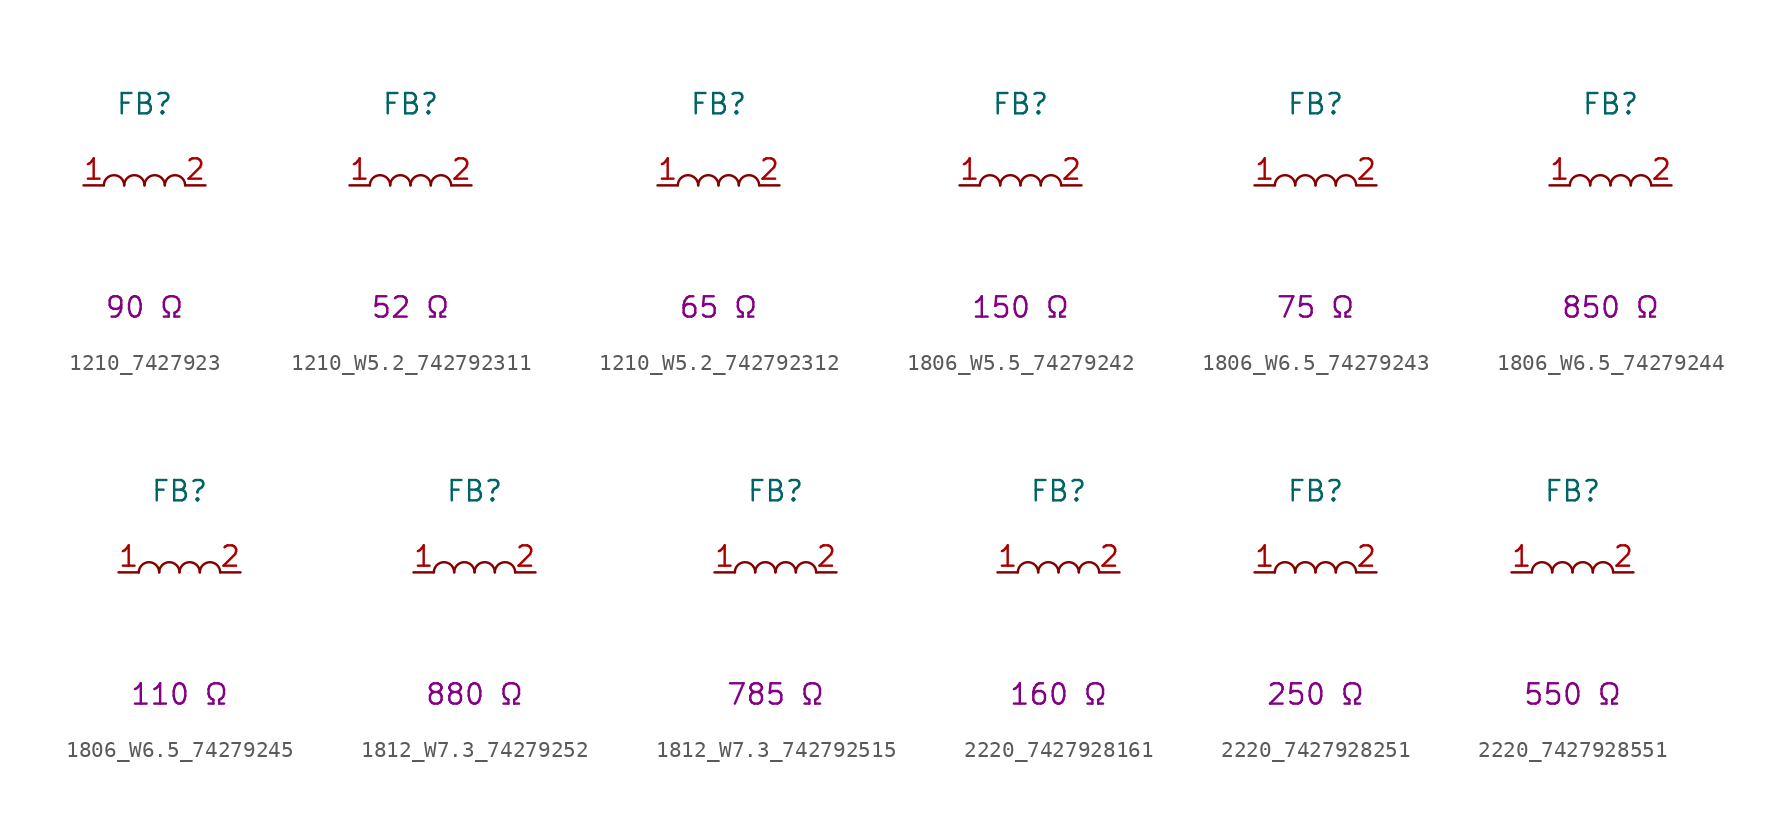
<source format=kicad_sym>
(kicad_symbol_lib
  (version 20220914)
  (generator kicad_symbol_editor)
  (symbol "1210_7427923"
    (pin_names hide)
    (property "Reference" "FB"
      (at 0 5.08 0)
      (effects (font (size 1.27 1.27))))
    (property "Critical Parameter" "90 Ω"
      (at 0 -7.62 0)
      (effects (font (size 1.27 1.27))))
    (symbol "1210_7427923_0_1"
      (arc (start -1.27 0) (mid -1.905 0.6323) (end -2.54 0) (stroke (width 0) (type default)) (fill (type none)))
      (arc (start 0 0) (mid -0.635 0.6323) (end -1.27 0) (stroke (width 0) (type default)) (fill (type none)))
      (arc (start 1.27 0) (mid 0.635 0.6323) (end 0 0) (stroke (width 0) (type default)) (fill (type none)))
      (arc (start 2.54 0) (mid 1.905 0.6323) (end 1.27 0) (stroke (width 0) (type default)) (fill (type none))))
    (symbol "1210_7427923_1_1"
      (pin passive line (at -3.81 0 0) (length 1.27) (name "1" (effects (font (size 1.27 1.27)))) (number "1" (effects (font (size 1.27 1.27)))))
      (pin passive line (at 3.81 0 180) (length 1.27) (name "2" (effects (font (size 1.27 1.27)))) (number "2" (effects (font (size 1.27 1.27)))))))
  (symbol "1210_W5.2_742792311"
    (pin_names hide)
    (property "Reference" "FB"
      (at 0 5.08 0)
      (effects (font (size 1.27 1.27))))
    (property "Critical Parameter" "52 Ω"
      (at 0 -7.62 0)
      (effects (font (size 1.27 1.27))))
    (symbol "1210_W5.2_742792311_0_1"
      (arc (start -1.27 0) (mid -1.905 0.6323) (end -2.54 0) (stroke (width 0) (type default)) (fill (type none)))
      (arc (start 0 0) (mid -0.635 0.6323) (end -1.27 0) (stroke (width 0) (type default)) (fill (type none)))
      (arc (start 1.27 0) (mid 0.635 0.6323) (end 0 0) (stroke (width 0) (type default)) (fill (type none)))
      (arc (start 2.54 0) (mid 1.905 0.6323) (end 1.27 0) (stroke (width 0) (type default)) (fill (type none))))
    (symbol "1210_W5.2_742792311_1_1"
      (pin passive line (at -3.81 0 0) (length 1.27) (name "1" (effects (font (size 1.27 1.27)))) (number "1" (effects (font (size 1.27 1.27)))))
      (pin passive line (at 3.81 0 180) (length 1.27) (name "2" (effects (font (size 1.27 1.27)))) (number "2" (effects (font (size 1.27 1.27)))))))
  (symbol "1210_W5.2_742792312"
    (pin_names hide)
    (property "Reference" "FB"
      (at 0 5.08 0)
      (effects (font (size 1.27 1.27))))
    (property "Critical Parameter" "65 Ω"
      (at 0 -7.62 0)
      (effects (font (size 1.27 1.27))))
    (symbol "1210_W5.2_742792312_0_1"
      (arc (start -1.27 0) (mid -1.905 0.6323) (end -2.54 0) (stroke (width 0) (type default)) (fill (type none)))
      (arc (start 0 0) (mid -0.635 0.6323) (end -1.27 0) (stroke (width 0) (type default)) (fill (type none)))
      (arc (start 1.27 0) (mid 0.635 0.6323) (end 0 0) (stroke (width 0) (type default)) (fill (type none)))
      (arc (start 2.54 0) (mid 1.905 0.6323) (end 1.27 0) (stroke (width 0) (type default)) (fill (type none))))
    (symbol "1210_W5.2_742792312_1_1"
      (pin passive line (at -3.81 0 0) (length 1.27) (name "1" (effects (font (size 1.27 1.27)))) (number "1" (effects (font (size 1.27 1.27)))))
      (pin passive line (at 3.81 0 180) (length 1.27) (name "2" (effects (font (size 1.27 1.27)))) (number "2" (effects (font (size 1.27 1.27)))))))
  (symbol "1806_W5.5_74279242"
    (pin_names hide)
    (property "Reference" "FB"
      (at 0 5.08 0)
      (effects (font (size 1.27 1.27))))
    (property "Critical Parameter" "150 Ω"
      (at 0 -7.62 0)
      (effects (font (size 1.27 1.27))))
    (symbol "1806_W5.5_74279242_0_1"
      (arc (start -1.27 0) (mid -1.905 0.6323) (end -2.54 0) (stroke (width 0) (type default)) (fill (type none)))
      (arc (start 0 0) (mid -0.635 0.6323) (end -1.27 0) (stroke (width 0) (type default)) (fill (type none)))
      (arc (start 1.27 0) (mid 0.635 0.6323) (end 0 0) (stroke (width 0) (type default)) (fill (type none)))
      (arc (start 2.54 0) (mid 1.905 0.6323) (end 1.27 0) (stroke (width 0) (type default)) (fill (type none))))
    (symbol "1806_W5.5_74279242_1_1"
      (pin passive line (at -3.81 0 0) (length 1.27) (name "1" (effects (font (size 1.27 1.27)))) (number "1" (effects (font (size 1.27 1.27)))))
      (pin passive line (at 3.81 0 180) (length 1.27) (name "2" (effects (font (size 1.27 1.27)))) (number "2" (effects (font (size 1.27 1.27)))))))
  (symbol "1806_W6.5_74279243"
    (pin_names hide)
    (property "Reference" "FB"
      (at 0 5.08 0)
      (effects (font (size 1.27 1.27))))
    (property "Critical Parameter" "75 Ω"
      (at 0 -7.62 0)
      (effects (font (size 1.27 1.27))))
    (symbol "1806_W6.5_74279243_0_1"
      (arc (start -1.27 0) (mid -1.905 0.6323) (end -2.54 0) (stroke (width 0) (type default)) (fill (type none)))
      (arc (start 0 0) (mid -0.635 0.6323) (end -1.27 0) (stroke (width 0) (type default)) (fill (type none)))
      (arc (start 1.27 0) (mid 0.635 0.6323) (end 0 0) (stroke (width 0) (type default)) (fill (type none)))
      (arc (start 2.54 0) (mid 1.905 0.6323) (end 1.27 0) (stroke (width 0) (type default)) (fill (type none))))
    (symbol "1806_W6.5_74279243_1_1"
      (pin passive line (at -3.81 0 0) (length 1.27) (name "1" (effects (font (size 1.27 1.27)))) (number "1" (effects (font (size 1.27 1.27)))))
      (pin passive line (at 3.81 0 180) (length 1.27) (name "2" (effects (font (size 1.27 1.27)))) (number "2" (effects (font (size 1.27 1.27)))))))
  (symbol "1806_W6.5_74279244"
    (pin_names hide)
    (property "Reference" "FB"
      (at 0 5.08 0)
      (effects (font (size 1.27 1.27))))
    (property "Critical Parameter" "850 Ω"
      (at 0 -7.62 0)
      (effects (font (size 1.27 1.27))))
    (symbol "1806_W6.5_74279244_0_1"
      (arc (start -1.27 0) (mid -1.905 0.6323) (end -2.54 0) (stroke (width 0) (type default)) (fill (type none)))
      (arc (start 0 0) (mid -0.635 0.6323) (end -1.27 0) (stroke (width 0) (type default)) (fill (type none)))
      (arc (start 1.27 0) (mid 0.635 0.6323) (end 0 0) (stroke (width 0) (type default)) (fill (type none)))
      (arc (start 2.54 0) (mid 1.905 0.6323) (end 1.27 0) (stroke (width 0) (type default)) (fill (type none))))
    (symbol "1806_W6.5_74279244_1_1"
      (pin passive line (at -3.81 0 0) (length 1.27) (name "1" (effects (font (size 1.27 1.27)))) (number "1" (effects (font (size 1.27 1.27)))))
      (pin passive line (at 3.81 0 180) (length 1.27) (name "2" (effects (font (size 1.27 1.27)))) (number "2" (effects (font (size 1.27 1.27)))))))
  (symbol "1806_W6.5_74279245"
    (pin_names hide)
    (property "Reference" "FB"
      (at 0 5.08 0)
      (effects (font (size 1.27 1.27))))
    (property "Critical Parameter" "110 Ω"
      (at 0 -7.62 0)
      (effects (font (size 1.27 1.27))))
    (symbol "1806_W6.5_74279245_0_1"
      (arc (start -1.27 0) (mid -1.905 0.6323) (end -2.54 0) (stroke (width 0) (type default)) (fill (type none)))
      (arc (start 0 0) (mid -0.635 0.6323) (end -1.27 0) (stroke (width 0) (type default)) (fill (type none)))
      (arc (start 1.27 0) (mid 0.635 0.6323) (end 0 0) (stroke (width 0) (type default)) (fill (type none)))
      (arc (start 2.54 0) (mid 1.905 0.6323) (end 1.27 0) (stroke (width 0) (type default)) (fill (type none))))
    (symbol "1806_W6.5_74279245_1_1"
      (pin passive line (at -3.81 0 0) (length 1.27) (name "1" (effects (font (size 1.27 1.27)))) (number "1" (effects (font (size 1.27 1.27)))))
      (pin passive line (at 3.81 0 180) (length 1.27) (name "2" (effects (font (size 1.27 1.27)))) (number "2" (effects (font (size 1.27 1.27)))))))
  (symbol "1812_W7.3_74279252"
    (pin_names hide)
    (property "Reference" "FB"
      (at 0 5.08 0)
      (effects (font (size 1.27 1.27))))
    (property "Critical Parameter" "880 Ω"
      (at 0 -7.62 0)
      (effects (font (size 1.27 1.27))))
    (symbol "1812_W7.3_74279252_0_1"
      (arc (start -1.27 0) (mid -1.905 0.6323) (end -2.54 0) (stroke (width 0) (type default)) (fill (type none)))
      (arc (start 0 0) (mid -0.635 0.6323) (end -1.27 0) (stroke (width 0) (type default)) (fill (type none)))
      (arc (start 1.27 0) (mid 0.635 0.6323) (end 0 0) (stroke (width 0) (type default)) (fill (type none)))
      (arc (start 2.54 0) (mid 1.905 0.6323) (end 1.27 0) (stroke (width 0) (type default)) (fill (type none))))
    (symbol "1812_W7.3_74279252_1_1"
      (pin passive line (at -3.81 0 0) (length 1.27) (name "1" (effects (font (size 1.27 1.27)))) (number "1" (effects (font (size 1.27 1.27)))))
      (pin passive line (at 3.81 0 180) (length 1.27) (name "2" (effects (font (size 1.27 1.27)))) (number "2" (effects (font (size 1.27 1.27)))))))
  (symbol "1812_W7.3_742792515"
    (pin_names hide)
    (property "Reference" "FB"
      (at 0 5.08 0)
      (effects (font (size 1.27 1.27))))
    (property "Critical Parameter" "785 Ω"
      (at 0 -7.62 0)
      (effects (font (size 1.27 1.27))))
    (symbol "1812_W7.3_742792515_0_1"
      (arc (start -1.27 0) (mid -1.905 0.6323) (end -2.54 0) (stroke (width 0) (type default)) (fill (type none)))
      (arc (start 0 0) (mid -0.635 0.6323) (end -1.27 0) (stroke (width 0) (type default)) (fill (type none)))
      (arc (start 1.27 0) (mid 0.635 0.6323) (end 0 0) (stroke (width 0) (type default)) (fill (type none)))
      (arc (start 2.54 0) (mid 1.905 0.6323) (end 1.27 0) (stroke (width 0) (type default)) (fill (type none))))
    (symbol "1812_W7.3_742792515_1_1"
      (pin passive line (at -3.81 0 0) (length 1.27) (name "1" (effects (font (size 1.27 1.27)))) (number "1" (effects (font (size 1.27 1.27)))))
      (pin passive line (at 3.81 0 180) (length 1.27) (name "2" (effects (font (size 1.27 1.27)))) (number "2" (effects (font (size 1.27 1.27)))))))
  (symbol "2220_7427928161"
    (pin_names hide)
    (property "Reference" "FB"
      (at 0 5.08 0)
      (effects (font (size 1.27 1.27))))
    (property "Critical Parameter" "160 Ω"
      (at 0 -7.62 0)
      (effects (font (size 1.27 1.27))))
    (symbol "2220_7427928161_0_1"
      (arc (start -1.27 0) (mid -1.905 0.6323) (end -2.54 0) (stroke (width 0) (type default)) (fill (type none)))
      (arc (start 0 0) (mid -0.635 0.6323) (end -1.27 0) (stroke (width 0) (type default)) (fill (type none)))
      (arc (start 1.27 0) (mid 0.635 0.6323) (end 0 0) (stroke (width 0) (type default)) (fill (type none)))
      (arc (start 2.54 0) (mid 1.905 0.6323) (end 1.27 0) (stroke (width 0) (type default)) (fill (type none))))
    (symbol "2220_7427928161_1_1"
      (pin passive line (at -3.81 0 0) (length 1.27) (name "1" (effects (font (size 1.27 1.27)))) (number "1" (effects (font (size 1.27 1.27)))))
      (pin passive line (at 3.81 0 180) (length 1.27) (name "2" (effects (font (size 1.27 1.27)))) (number "2" (effects (font (size 1.27 1.27)))))))
  (symbol "2220_7427928251"
    (pin_names hide)
    (property "Reference" "FB"
      (at 0 5.08 0)
      (effects (font (size 1.27 1.27))))
    (property "Critical Parameter" "250 Ω"
      (at 0 -7.62 0)
      (effects (font (size 1.27 1.27))))
    (symbol "2220_7427928251_0_1"
      (arc (start -1.27 0) (mid -1.905 0.6323) (end -2.54 0) (stroke (width 0) (type default)) (fill (type none)))
      (arc (start 0 0) (mid -0.635 0.6323) (end -1.27 0) (stroke (width 0) (type default)) (fill (type none)))
      (arc (start 1.27 0) (mid 0.635 0.6323) (end 0 0) (stroke (width 0) (type default)) (fill (type none)))
      (arc (start 2.54 0) (mid 1.905 0.6323) (end 1.27 0) (stroke (width 0) (type default)) (fill (type none))))
    (symbol "2220_7427928251_1_1"
      (pin passive line (at -3.81 0 0) (length 1.27) (name "1" (effects (font (size 1.27 1.27)))) (number "1" (effects (font (size 1.27 1.27)))))
      (pin passive line (at 3.81 0 180) (length 1.27) (name "2" (effects (font (size 1.27 1.27)))) (number "2" (effects (font (size 1.27 1.27)))))))
  (symbol "2220_7427928551"
    (pin_names hide)
    (property "Reference" "FB"
      (at 0 5.08 0)
      (effects (font (size 1.27 1.27))))
    (property "Critical Parameter" "550 Ω"
      (at 0 -7.62 0)
      (effects (font (size 1.27 1.27))))
    (symbol "2220_7427928551_0_1"
      (arc (start -1.27 0) (mid -1.905 0.6323) (end -2.54 0) (stroke (width 0) (type default)) (fill (type none)))
      (arc (start 0 0) (mid -0.635 0.6323) (end -1.27 0) (stroke (width 0) (type default)) (fill (type none)))
      (arc (start 1.27 0) (mid 0.635 0.6323) (end 0 0) (stroke (width 0) (type default)) (fill (type none)))
      (arc (start 2.54 0) (mid 1.905 0.6323) (end 1.27 0) (stroke (width 0) (type default)) (fill (type none))))
    (symbol "2220_7427928551_1_1"
      (pin passive line (at -3.81 0 0) (length 1.27) (name "1" (effects (font (size 1.27 1.27)))) (number "1" (effects (font (size 1.27 1.27)))))
      (pin passive line (at 3.81 0 180) (length 1.27) (name "2" (effects (font (size 1.27 1.27)))) (number "2" (effects (font (size 1.27 1.27))))))))
</source>
